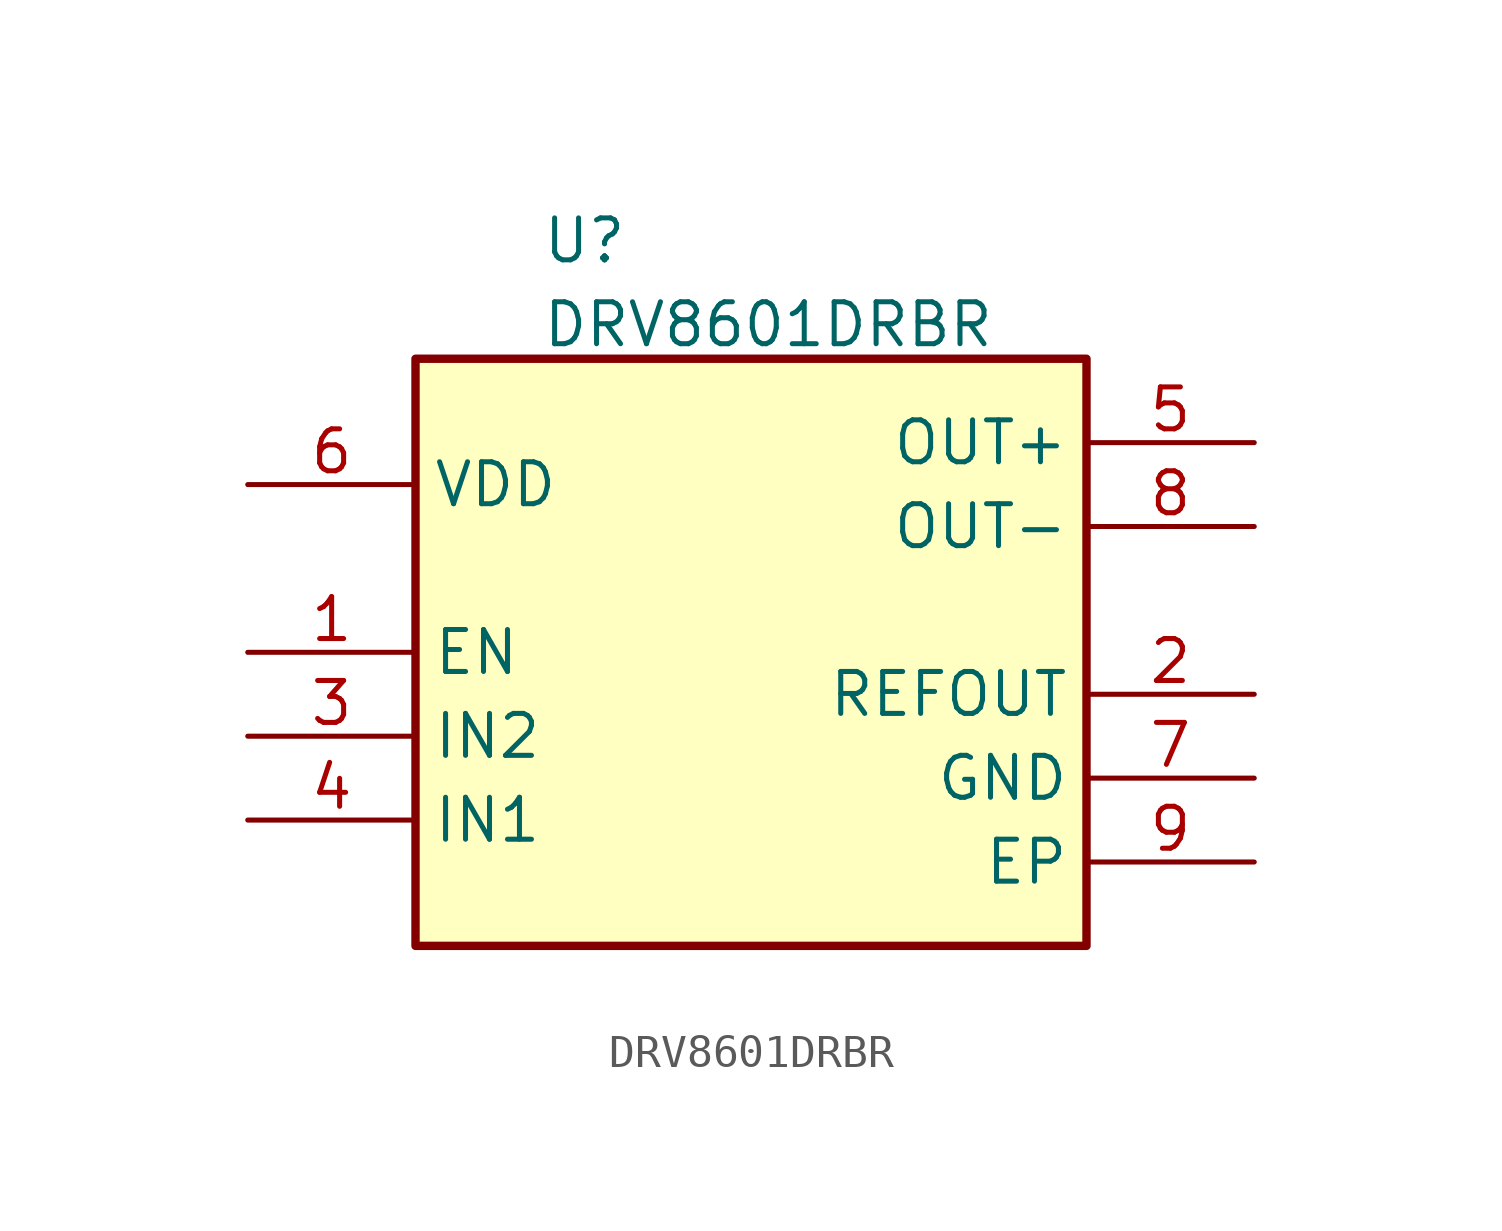
<source format=kicad_sym>
(kicad_symbol_lib
  (version 20231120)
  (generator "kicad_symbol_editor")
  (generator_version "8.0")
  (symbol "DRV8601DRBR"
    (property "Reference" "U"
      (at 8.89 6.858 0)
      (effects (font (size 1.27 1.27)) (justify left top)))
    (property "Value" "DRV8601DRBR"
      (at 8.89 4.318 0)
      (effects (font (size 1.27 1.27)) (justify left top)))
    (symbol "DRV8601DRBR_1_1"
      (rectangle (start 5.08 2.54) (end 25.4 -15.24) (stroke (width 0.254) (type default)) (fill (type background)))
      (pin passive line (at 0 -6.35 0) (length 5.08) (name "EN" (effects (font (size 1.27 1.27)))) (number "1" (effects (font (size 1.27 1.27)))))
      (pin passive line (at 30.48 -7.62 180) (length 5.08) (name "REFOUT" (effects (font (size 1.27 1.27)))) (number "2" (effects (font (size 1.27 1.27)))))
      (pin passive line (at 0 -8.89 0) (length 5.08) (name "IN2" (effects (font (size 1.27 1.27)))) (number "3" (effects (font (size 1.27 1.27)))))
      (pin passive line (at 0 -11.43 0) (length 5.08) (name "IN1" (effects (font (size 1.27 1.27)))) (number "4" (effects (font (size 1.27 1.27)))))
      (pin passive line (at 30.48 0 180) (length 5.08) (name "OUT+" (effects (font (size 1.27 1.27)))) (number "5" (effects (font (size 1.27 1.27)))))
      (pin passive line (at 0 -1.27 0) (length 5.08) (name "VDD" (effects (font (size 1.27 1.27)))) (number "6" (effects (font (size 1.27 1.27)))))
      (pin passive line (at 30.48 -10.16 180) (length 5.08) (name "GND" (effects (font (size 1.27 1.27)))) (number "7" (effects (font (size 1.27 1.27)))))
      (pin passive line (at 30.48 -2.54 180) (length 5.08) (name "OUT-" (effects (font (size 1.27 1.27)))) (number "8" (effects (font (size 1.27 1.27)))))
      (pin passive line (at 30.48 -12.7 180) (length 5.08) (name "EP" (effects (font (size 1.27 1.27)))) (number "9" (effects (font (size 1.27 1.27))))))))
</source>
